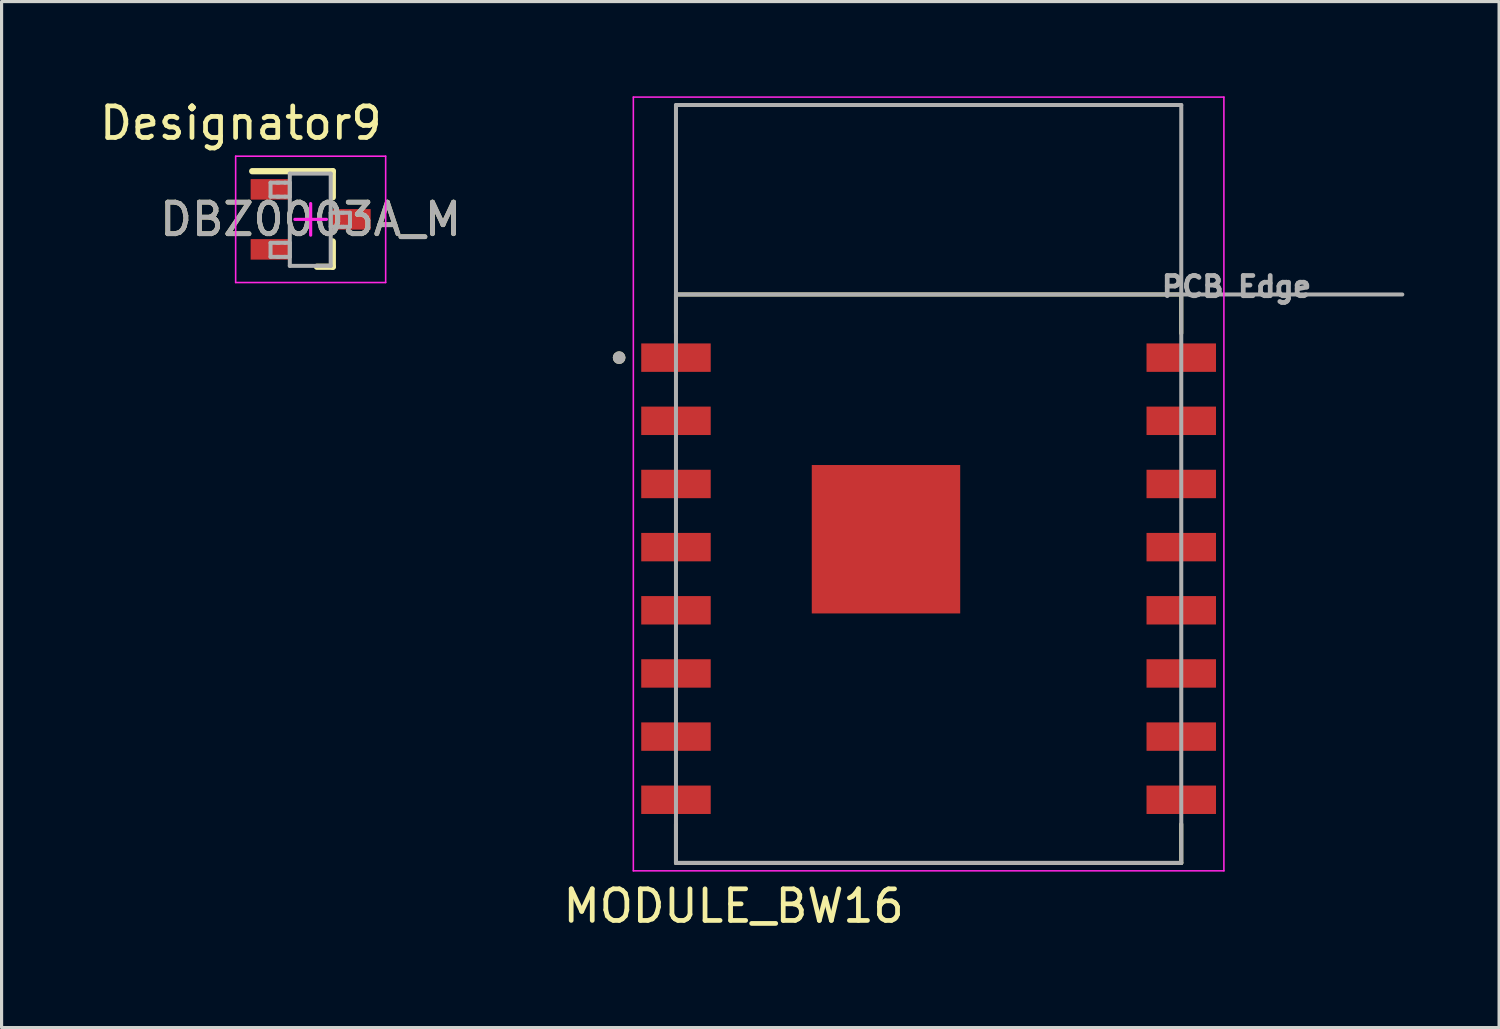
<source format=kicad_pcb>
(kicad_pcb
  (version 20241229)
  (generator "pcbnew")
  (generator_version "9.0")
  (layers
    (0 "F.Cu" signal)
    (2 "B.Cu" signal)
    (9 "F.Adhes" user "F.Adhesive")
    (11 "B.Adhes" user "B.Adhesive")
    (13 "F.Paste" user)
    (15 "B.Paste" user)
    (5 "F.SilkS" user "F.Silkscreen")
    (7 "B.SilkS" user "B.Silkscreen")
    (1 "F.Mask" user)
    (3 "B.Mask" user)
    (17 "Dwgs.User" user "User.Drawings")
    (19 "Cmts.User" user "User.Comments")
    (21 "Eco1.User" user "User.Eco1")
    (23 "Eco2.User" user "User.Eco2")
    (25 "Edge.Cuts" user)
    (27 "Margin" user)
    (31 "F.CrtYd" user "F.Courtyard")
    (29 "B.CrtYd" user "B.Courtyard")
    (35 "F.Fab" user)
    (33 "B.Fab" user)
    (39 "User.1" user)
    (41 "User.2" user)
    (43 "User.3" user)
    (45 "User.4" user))
  (footprint "MODULE_BW16"
    (layer "F.Cu")
    (at 26.355 12.275)
    (property "Reference" "MODULE_BW16" (at -6.175 13.365 0) (layer "F.SilkS") (effects (font (size 1 1) (thickness 0.15))))
    (attr smd)
    (fp_line (start -8 -6) (end -8 -4.77) (stroke (width 0.127) (type solid)) (layer "F.SilkS"))
    (fp_line (start -8 12) (end -8 10.77) (stroke (width 0.127) (type solid)) (layer "F.SilkS"))
    (fp_line (start -8 12) (end 8 12) (stroke (width 0.127) (type solid)) (layer "F.SilkS"))
    (fp_line (start 8 -6) (end -8 -6) (stroke (width 0.127) (type solid)) (layer "F.SilkS"))
    (fp_line (start 8 -4.77) (end 8 -6) (stroke (width 0.127) (type solid)) (layer "F.SilkS"))
    (fp_line (start 8 12) (end 8 10.77) (stroke (width 0.127) (type solid)) (layer "F.SilkS"))
    (fp_circle (center -9.8 -4) (end -9.7 -4) (stroke (width 0.2) (type solid)) (fill no) (layer "F.SilkS"))
    (fp_poly (pts (xy -3.27 -0.17) (xy -1.78 -0.17) (xy -1.78 1.32) (xy -3.27 1.32)) (stroke (width 0.01) (type solid)) (fill yes) (layer "F.Paste"))
    (fp_poly (pts (xy -3.27 2.18) (xy -1.78 2.18) (xy -1.78 3.67) (xy -3.27 3.67)) (stroke (width 0.01) (type solid)) (fill yes) (layer "F.Paste"))
    (fp_poly (pts (xy -0.92 -0.17) (xy 0.57 -0.17) (xy 0.57 1.32) (xy -0.92 1.32)) (stroke (width 0.01) (type solid)) (fill yes) (layer "F.Paste"))
    (fp_poly (pts (xy -0.92 2.18) (xy 0.57 2.18) (xy 0.57 3.67) (xy -0.92 3.67)) (stroke (width 0.01) (type solid)) (fill yes) (layer "F.Paste"))
    (fp_line (start -9.35 -12.25) (end -9.35 12.25) (stroke (width 0.05) (type solid)) (layer "F.CrtYd"))
    (fp_line (start -9.35 12.25) (end 9.35 12.25) (stroke (width 0.05) (type solid)) (layer "F.CrtYd"))
    (fp_line (start 9.35 -12.25) (end -9.35 -12.25) (stroke (width 0.05) (type solid)) (layer "F.CrtYd"))
    (fp_line (start 9.35 12.25) (end 9.35 -12.25) (stroke (width 0.05) (type solid)) (layer "F.CrtYd"))
    (fp_line (start -8 -12) (end -8 -6) (stroke (width 0.127) (type solid)) (layer "F.Fab"))
    (fp_line (start -8 -6) (end -8 12) (stroke (width 0.127) (type solid)) (layer "F.Fab"))
    (fp_line (start -8 -6) (end 8 -6) (stroke (width 0.127) (type solid)) (layer "F.Fab"))
    (fp_line (start -8 12) (end 8 12) (stroke (width 0.127) (type solid)) (layer "F.Fab"))
    (fp_line (start 8 -12) (end -8 -12) (stroke (width 0.127) (type solid)) (layer "F.Fab"))
    (fp_line (start 8 -6) (end 8 -12) (stroke (width 0.127) (type solid)) (layer "F.Fab"))
    (fp_line (start 8 -6) (end 15 -6) (stroke (width 0.127) (type solid)) (layer "F.Fab"))
    (fp_line (start 8 12) (end 8 -6) (stroke (width 0.127) (type solid)) (layer "F.Fab"))
    (fp_circle (center -9.8 -4) (end -9.7 -4) (stroke (width 0.2) (type solid)) (fill no) (layer "F.Fab"))
    (fp_text user "PCB Edge" (at 9.75 -6.25 0) (layer "F.Fab") (effects (font (size 0.64 0.64) (thickness 0.15))))
    (pad "1" smd rect (at -8 -4) (size 2.2 0.9) (layers "F.Cu" "F.Mask" "F.Paste"))
    (pad "2" smd rect (at -8 -2) (size 2.2 0.9) (layers "F.Cu" "F.Mask" "F.Paste"))
    (pad "3" smd rect (at -8 0) (size 2.2 0.9) (layers "F.Cu" "F.Mask" "F.Paste"))
    (pad "4" smd rect (at -8 2) (size 2.2 0.9) (layers "F.Cu" "F.Mask" "F.Paste"))
    (pad "5" smd rect (at -8 4) (size 2.2 0.9) (layers "F.Cu" "F.Mask" "F.Paste"))
    (pad "6" smd rect (at -8 6) (size 2.2 0.9) (layers "F.Cu" "F.Mask" "F.Paste"))
    (pad "7" smd rect (at -8 8) (size 2.2 0.9) (layers "F.Cu" "F.Mask" "F.Paste"))
    (pad "8" smd rect (at -8 10) (size 2.2 0.9) (layers "F.Cu" "F.Mask" "F.Paste"))
    (pad "9" smd rect (at 8 10) (size 2.2 0.9) (layers "F.Cu" "F.Mask" "F.Paste"))
    (pad "10" smd rect (at 8 8) (size 2.2 0.9) (layers "F.Cu" "F.Mask" "F.Paste"))
    (pad "11" smd rect (at 8 6) (size 2.2 0.9) (layers "F.Cu" "F.Mask" "F.Paste"))
    (pad "12" smd rect (at 8 4) (size 2.2 0.9) (layers "F.Cu" "F.Mask" "F.Paste"))
    (pad "13" smd rect (at 8 2) (size 2.2 0.9) (layers "F.Cu" "F.Mask" "F.Paste"))
    (pad "14" smd rect (at 8 0) (size 2.2 0.9) (layers "F.Cu" "F.Mask" "F.Paste"))
    (pad "15" smd rect (at 8 -2) (size 2.2 0.9) (layers "F.Cu" "F.Mask" "F.Paste"))
    (pad "16" smd rect (at 8 -4) (size 2.2 0.9) (layers "F.Cu" "F.Mask" "F.Paste"))
    (pad "17" smd rect (at -1.35 1.75) (size 4.7 4.7) (layers "F.Cu" "F.Mask")))
  (footprint "DBZ0003A_M"
    (layer "F.Cu")
    (at 6.787 3.896)
    (property "Reference" "DBZ0003A_M" (at 0 0 0) (unlocked yes) (layer "F.SilkS") (effects (font (size 1 1) (thickness 0.15))))
    (attr smd)
    (fp_line (start -1.85 -1.525) (end 0.7 -1.525) (stroke (width 0.2) (type solid)) (layer "F.SilkS"))
    (fp_line (start 0.2 1.5) (end 0.7 1.5) (stroke (width 0.2) (type solid)) (layer "F.SilkS"))
    (fp_line (start 0.7 -0.7) (end 0.7 -1.525) (stroke (width 0.2) (type solid)) (layer "F.SilkS"))
    (fp_line (start 0.7 1.5) (end 0.7 0.7) (stroke (width 0.2) (type solid)) (layer "F.SilkS"))
    (fp_line (start -2.375 -2) (end 2.375 -2) (stroke (width 0.05) (type solid)) (layer "F.CrtYd"))
    (fp_line (start -2.375 2) (end -2.375 -2) (stroke (width 0.05) (type solid)) (layer "F.CrtYd"))
    (fp_line (start -2.375 2) (end 2.375 2) (stroke (width 0.05) (type solid)) (layer "F.CrtYd"))
    (fp_line (start -0.5 0.000003) (end 0.5 0.000003) (stroke (width 0.1) (type solid)) (layer "F.CrtYd"))
    (fp_line (start 0 0.5) (end 0 -0.5) (stroke (width 0.1) (type solid)) (layer "F.CrtYd"))
    (fp_line (start 2.375 2) (end 2.375 -2) (stroke (width 0.05) (type solid)) (layer "F.CrtYd"))
    (fp_line (start -1.27 -1.162) (end -1.063 -1.162) (stroke (width 0.127) (type solid)) (layer "F.Fab"))
    (fp_line (start -1.27 -0.718) (end -1.27 -1.162) (stroke (width 0.127) (type solid)) (layer "F.Fab"))
    (fp_line (start -1.27 -0.718) (end -1.063 -0.718) (stroke (width 0.127) (type solid)) (layer "F.Fab"))
    (fp_line (start -1.27 0.743) (end -1.063 0.743) (stroke (width 0.127) (type solid)) (layer "F.Fab"))
    (fp_line (start -1.27 1.187) (end -1.27 0.743) (stroke (width 0.127) (type solid)) (layer "F.Fab"))
    (fp_line (start -1.27 1.187) (end -1.063 1.187) (stroke (width 0.127) (type solid)) (layer "F.Fab"))
    (fp_line (start -1.063 -1.162) (end -1.005 -1.162) (stroke (width 0.127) (type solid)) (layer "F.Fab"))
    (fp_line (start -1.063 -0.718) (end -1.005 -0.718) (stroke (width 0.127) (type solid)) (layer "F.Fab"))
    (fp_line (start -1.063 0.743) (end -1.005 0.743) (stroke (width 0.127) (type solid)) (layer "F.Fab"))
    (fp_line (start -1.063 1.187) (end -1.005 1.187) (stroke (width 0.127) (type solid)) (layer "F.Fab"))
    (fp_line (start -1.005 -1.162) (end -0.814 -1.162) (stroke (width 0.127) (type solid)) (layer "F.Fab"))
    (fp_line (start -1.005 -0.718) (end -0.814 -0.718) (stroke (width 0.127) (type solid)) (layer "F.Fab"))
    (fp_line (start -1.005 0.743) (end -0.814 0.743) (stroke (width 0.127) (type solid)) (layer "F.Fab"))
    (fp_line (start -1.005 1.187) (end -0.814 1.187) (stroke (width 0.127) (type solid)) (layer "F.Fab"))
    (fp_line (start -0.814 -1.162) (end -0.66 -1.162) (stroke (width 0.127) (type solid)) (layer "F.Fab"))
    (fp_line (start -0.814 -0.718) (end -0.66 -0.718) (stroke (width 0.127) (type solid)) (layer "F.Fab"))
    (fp_line (start -0.814 0.743) (end -0.66 0.743) (stroke (width 0.127) (type solid)) (layer "F.Fab"))
    (fp_line (start -0.814 1.187) (end -0.66 1.187) (stroke (width 0.127) (type solid)) (layer "F.Fab"))
    (fp_line (start -0.66 -1.448) (end 0.635 -1.448) (stroke (width 0.127) (type solid)) (layer "F.Fab"))
    (fp_line (start -0.66 -0.718) (end -0.66 -1.162) (stroke (width 0.127) (type solid)) (layer "F.Fab"))
    (fp_line (start -0.66 1.187) (end -0.66 0.743) (stroke (width 0.127) (type solid)) (layer "F.Fab"))
    (fp_line (start -0.66 1.473) (end -0.66 -1.448) (stroke (width 0.127) (type solid)) (layer "F.Fab"))
    (fp_line (start -0.66 1.473) (end 0.635 1.473) (stroke (width 0.127) (type solid)) (layer "F.Fab"))
    (fp_line (start 0.635 -0.21) (end 0.789 -0.21) (stroke (width 0.127) (type solid)) (layer "F.Fab"))
    (fp_line (start 0.635 0.235) (end 0.635 -0.21) (stroke (width 0.127) (type solid)) (layer "F.Fab"))
    (fp_line (start 0.635 0.235) (end 0.789 0.235) (stroke (width 0.127) (type solid)) (layer "F.Fab"))
    (fp_line (start 0.635 1.473) (end 0.635 -1.448) (stroke (width 0.127) (type solid)) (layer "F.Fab"))
    (fp_line (start 0.789 -0.21) (end 0.98 -0.21) (stroke (width 0.127) (type solid)) (layer "F.Fab"))
    (fp_line (start 0.789 0.235) (end 0.98 0.235) (stroke (width 0.127) (type solid)) (layer "F.Fab"))
    (fp_line (start 0.98 -0.21) (end 1.037 -0.21) (stroke (width 0.127) (type solid)) (layer "F.Fab"))
    (fp_line (start 0.98 0.235) (end 1.037 0.235) (stroke (width 0.127) (type solid)) (layer "F.Fab"))
    (fp_line (start 1.037 -0.21) (end 1.245 -0.21) (stroke (width 0.127) (type solid)) (layer "F.Fab"))
    (fp_line (start 1.037 0.235) (end 1.245 0.235) (stroke (width 0.127) (type solid)) (layer "F.Fab"))
    (fp_line (start 1.245 0.235) (end 1.245 -0.21) (stroke (width 0.127) (type solid)) (layer "F.Fab"))
    (fp_text user "Designator9" (at -2.21 -3.048 0) (unlocked yes) (layer "F.SilkS") (effects (font (size 1 1) (thickness 0.15))))
    (fp_text user "${REFERENCE}" (at 0 0 0) (unlocked yes) (layer "F.Fab") (effects (font (size 1 1) (thickness 0.15))))
    (pad "1" smd rect (at -1.3 -0.95 90) (size 0.65 1.2) (layers "F.Cu" "F.Mask" "F.Paste"))
    (pad "2" smd rect (at -1.3 0.95 90) (size 0.65 1.2) (layers "F.Cu" "F.Mask" "F.Paste"))
    (pad "3" smd rect (at 1.3 0 90) (size 0.65 1.2) (layers "F.Cu" "F.Mask" "F.Paste")))
  (gr_rect
    (start -3 -3)
    (end 44.419 29.488)
    (stroke (width 0.1) (type default))
    (fill no)
    (layer "Edge.Cuts")))
</source>
